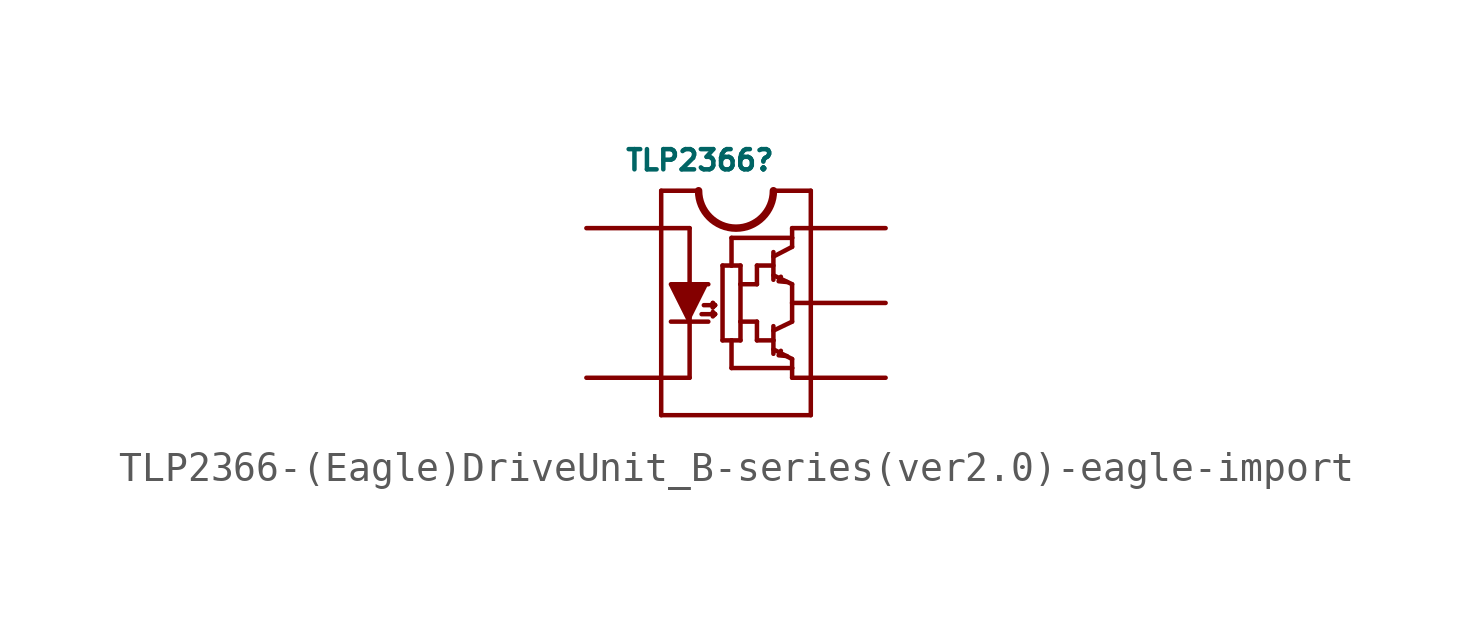
<source format=kicad_sym>
(kicad_symbol_lib
  (version 20220914)
  (generator kicad_symbol_editor)
  (symbol "TLP2366-(Eagle)DriveUnit_B-series(ver2.0)-eagle-import"
    (pin_names
      (offset 1.016))
    (property "Reference" "TLP2366"
      (at -3.81 4.445 0)
      (effects (font (size 0.686 0.686)) (justify left bottom)))
    (property "ki_locked" ""
      (at 0 0 0)
      (effects (font (size 1.27 1.27))))
    (symbol "TLP2366-(Eagle)DriveUnit_B-series(ver2.0)-eagle-import_1_0"
      (arc (start -1.27 3.81) (mid 0 2.5455) (end 1.27 3.81) (stroke (width 0.254) (type solid)) (fill (type none)))
      (polyline (pts (xy -2.54 -3.81) (xy -2.54 -2.54)) (stroke (width 0) (type solid)) (fill (type none)))
      (polyline (pts (xy -2.54 -2.54) (xy -2.54 2.54)) (stroke (width 0) (type solid)) (fill (type none)))
      (polyline (pts (xy -2.54 2.54) (xy -2.54 3.81)) (stroke (width 0) (type solid)) (fill (type none)))
      (polyline (pts (xy -2.54 2.54) (xy -1.575 2.54)) (stroke (width 0) (type solid)) (fill (type none)))
      (polyline (pts (xy -2.54 3.81) (xy -1.27 3.81)) (stroke (width 0) (type solid)) (fill (type none)))
      (polyline (pts (xy -2.21 -0.635) (xy -0.94 -0.635)) (stroke (width 0) (type solid)) (fill (type none)))
      (polyline (pts (xy -1.575 -2.54) (xy -2.54 -2.54)) (stroke (width 0) (type solid)) (fill (type none)))
      (polyline (pts (xy -1.575 2.54) (xy -1.575 -2.54)) (stroke (width 0) (type solid)) (fill (type none)))
      (polyline (pts (xy -1.168 -0.381) (xy -0.711 -0.381)) (stroke (width 0) (type solid)) (fill (type none)))
      (polyline (pts (xy -1.092 -0.076) (xy -0.711 -0.076)) (stroke (width 0) (type solid)) (fill (type none)))
      (polyline (pts (xy -0.787 -0.152) (xy -0.787 0)) (stroke (width 0) (type solid)) (fill (type none)))
      (polyline (pts (xy -0.787 0) (xy -0.711 -0.076)) (stroke (width 0) (type solid)) (fill (type none)))
      (polyline (pts (xy -0.711 -0.381) (xy -0.787 -0.457)) (stroke (width 0) (type solid)) (fill (type none)))
      (polyline (pts (xy -0.711 -0.381) (xy -0.787 -0.305)) (stroke (width 0) (type solid)) (fill (type none)))
      (polyline (pts (xy -0.711 -0.076) (xy -0.787 -0.152)) (stroke (width 0) (type solid)) (fill (type none)))
      (polyline (pts (xy -0.457 -1.27) (xy -0.152 -1.27)) (stroke (width 0) (type solid)) (fill (type none)))
      (polyline (pts (xy -0.457 1.27) (xy -0.457 -1.27)) (stroke (width 0) (type solid)) (fill (type none)))
      (polyline (pts (xy -0.152 -1.27) (xy -0.152 -2.21)) (stroke (width 0) (type solid)) (fill (type none)))
      (polyline (pts (xy -0.152 -1.27) (xy 0.152 -1.27)) (stroke (width 0) (type solid)) (fill (type none)))
      (polyline (pts (xy -0.152 1.27) (xy -0.457 1.27)) (stroke (width 0) (type solid)) (fill (type none)))
      (polyline (pts (xy -0.152 2.21) (xy -0.152 1.27)) (stroke (width 0) (type solid)) (fill (type none)))
      (polyline (pts (xy 0.152 -1.27) (xy 0.152 -0.635)) (stroke (width 0) (type solid)) (fill (type none)))
      (polyline (pts (xy 0.152 -0.635) (xy 0.152 0.635)) (stroke (width 0) (type solid)) (fill (type none)))
      (polyline (pts (xy 0.152 -0.635) (xy 0.711 -0.635)) (stroke (width 0) (type solid)) (fill (type none)))
      (polyline (pts (xy 0.152 0.635) (xy 0.152 1.27)) (stroke (width 0) (type solid)) (fill (type none)))
      (polyline (pts (xy 0.152 1.27) (xy -0.152 1.27)) (stroke (width 0) (type solid)) (fill (type none)))
      (polyline (pts (xy 0.711 -1.27) (xy 1.27 -1.27)) (stroke (width 0) (type solid)) (fill (type none)))
      (polyline (pts (xy 0.711 -0.635) (xy 0.711 -1.27)) (stroke (width 0) (type solid)) (fill (type none)))
      (polyline (pts (xy 0.711 0.635) (xy 0.152 0.635)) (stroke (width 0) (type solid)) (fill (type none)))
      (polyline (pts (xy 0.711 1.27) (xy 0.711 0.635)) (stroke (width 0) (type solid)) (fill (type none)))
      (polyline (pts (xy 1.27 -1.727) (xy 1.27 -1.27)) (stroke (width 0) (type solid)) (fill (type none)))
      (polyline (pts (xy 1.27 -1.575) (xy 1.905 -1.905)) (stroke (width 0) (type solid)) (fill (type none)))
      (polyline (pts (xy 1.27 -1.27) (xy 1.27 -0.787)) (stroke (width 0) (type solid)) (fill (type none)))
      (polyline (pts (xy 1.27 -0.94) (xy 1.905 -0.635)) (stroke (width 0) (type solid)) (fill (type none)))
      (polyline (pts (xy 1.27 1.27) (xy 0.711 1.27)) (stroke (width 0) (type solid)) (fill (type none)))
      (polyline (pts (xy 1.27 1.575) (xy 1.905 1.905)) (stroke (width 0) (type solid)) (fill (type none)))
      (polyline (pts (xy 1.27 1.727) (xy 1.27 0.787)) (stroke (width 0) (type solid)) (fill (type none)))
      (polyline (pts (xy 1.27 3.81) (xy 2.54 3.81)) (stroke (width 0) (type solid)) (fill (type none)))
      (polyline (pts (xy 1.905 -2.54) (xy 2.54 -2.54)) (stroke (width 0) (type solid)) (fill (type none)))
      (polyline (pts (xy 1.905 -2.21) (xy -0.152 -2.21)) (stroke (width 0) (type solid)) (fill (type none)))
      (polyline (pts (xy 1.905 -2.21) (xy 1.905 -2.54)) (stroke (width 0) (type solid)) (fill (type none)))
      (polyline (pts (xy 1.905 -1.905) (xy 1.905 -2.21)) (stroke (width 0) (type solid)) (fill (type none)))
      (polyline (pts (xy 1.905 0) (xy 1.905 -0.635)) (stroke (width 0) (type solid)) (fill (type none)))
      (polyline (pts (xy 1.905 0) (xy 2.54 0)) (stroke (width 0) (type solid)) (fill (type none)))
      (polyline (pts (xy 1.905 0.635) (xy 1.27 0.94)) (stroke (width 0) (type solid)) (fill (type none)))
      (polyline (pts (xy 1.905 0.635) (xy 1.905 0)) (stroke (width 0) (type solid)) (fill (type none)))
      (polyline (pts (xy 1.905 2.21) (xy -0.152 2.21)) (stroke (width 0) (type solid)) (fill (type none)))
      (polyline (pts (xy 1.905 2.21) (xy 1.905 1.905)) (stroke (width 0) (type solid)) (fill (type none)))
      (polyline (pts (xy 1.905 2.54) (xy 1.905 2.21)) (stroke (width 0) (type solid)) (fill (type none)))
      (polyline (pts (xy 2.54 -3.81) (xy -2.54 -3.81)) (stroke (width 0) (type solid)) (fill (type none)))
      (polyline (pts (xy 2.54 -2.54) (xy 2.54 -3.81)) (stroke (width 0) (type solid)) (fill (type none)))
      (polyline (pts (xy 2.54 0) (xy 2.54 -2.54)) (stroke (width 0) (type solid)) (fill (type none)))
      (polyline (pts (xy 2.54 2.54) (xy 1.905 2.54)) (stroke (width 0) (type solid)) (fill (type none)))
      (polyline (pts (xy 2.54 2.54) (xy 2.54 0)) (stroke (width 0) (type solid)) (fill (type none)))
      (polyline (pts (xy 2.54 3.81) (xy 2.54 2.54)) (stroke (width 0) (type solid)) (fill (type none)))
      (polyline (pts (xy -1.575 -0.635) (xy -2.21 0.635) (xy -0.94 0.635)) (stroke (width 0) (type solid)) (fill (type outline)))
      (polyline (pts (xy 1.727 -1.803) (xy 1.448 -1.778) (xy 1.524 -1.626)) (stroke (width 0) (type solid)) (fill (type outline)))
      (polyline (pts (xy 1.727 0.711) (xy 1.448 0.737) (xy 1.524 0.889)) (stroke (width 0) (type solid)) (fill (type outline)))
      (pin passive line (at -5.08 2.54 0) (length 2.54) (name "ANODE" (effects (font (size 0 0)))) (number "1" (effects (font (size 0 0)))))
      (pin passive line (at -5.08 -2.54 0) (length 2.54) (name "CATHODE" (effects (font (size 0 0)))) (number "3" (effects (font (size 0 0)))))
      (pin passive line (at 5.08 -2.54 180) (length 2.54) (name "GND" (effects (font (size 0 0)))) (number "4" (effects (font (size 0 0)))))
      (pin passive line (at 5.08 0 180) (length 2.54) (name "VOUT" (effects (font (size 0 0)))) (number "5" (effects (font (size 0 0)))))
      (pin passive line (at 5.08 2.54 180) (length 2.54) (name "VCC" (effects (font (size 0 0)))) (number "6" (effects (font (size 0 0))))))))
</source>
